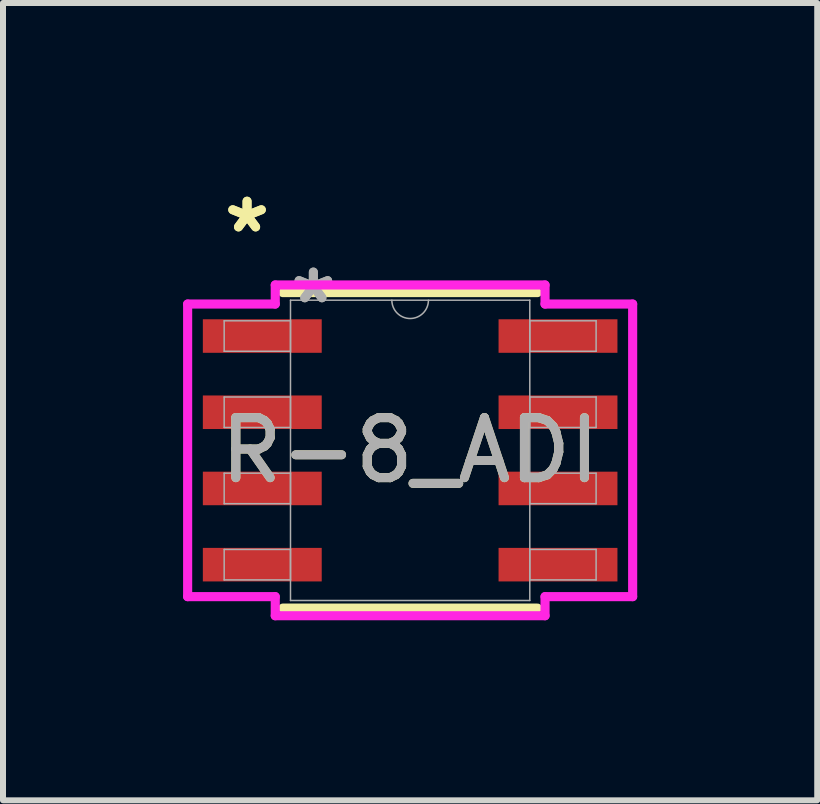
<source format=kicad_pcb>
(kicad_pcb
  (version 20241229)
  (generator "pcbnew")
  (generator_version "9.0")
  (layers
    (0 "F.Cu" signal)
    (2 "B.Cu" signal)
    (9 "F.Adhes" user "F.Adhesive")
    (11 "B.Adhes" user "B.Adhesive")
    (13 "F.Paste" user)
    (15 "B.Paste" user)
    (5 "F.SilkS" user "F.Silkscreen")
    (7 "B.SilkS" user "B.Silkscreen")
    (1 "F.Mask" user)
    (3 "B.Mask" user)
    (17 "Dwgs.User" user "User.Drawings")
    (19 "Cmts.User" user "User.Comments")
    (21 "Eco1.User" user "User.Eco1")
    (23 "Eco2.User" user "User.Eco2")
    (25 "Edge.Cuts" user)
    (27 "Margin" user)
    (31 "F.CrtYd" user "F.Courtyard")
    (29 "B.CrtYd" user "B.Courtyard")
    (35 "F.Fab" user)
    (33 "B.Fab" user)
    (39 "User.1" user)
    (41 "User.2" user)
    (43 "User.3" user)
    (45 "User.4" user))
  (footprint "R-8_ADI"
    (layer "F.Cu")
    (at 3.785 4.455)
    (property "Reference" "R-8_ADI" (at 0 0 0) (unlocked yes) (layer "F.SilkS") (effects (font (size 1 1) (thickness 0.15))))
    (attr smd)
    (fp_line (start -2.121 2.629) (end 2.121 2.629) (stroke (width 0.152) (type solid)) (layer "F.SilkS"))
    (fp_line (start 2.121 -2.629) (end -2.121 -2.629) (stroke (width 0.152) (type solid)) (layer "F.SilkS"))
    (fp_line (start -3.708 -2.438) (end -2.248 -2.438) (stroke (width 0.152) (type solid)) (layer "F.CrtYd"))
    (fp_line (start -3.708 2.438) (end -3.708 -2.438) (stroke (width 0.152) (type solid)) (layer "F.CrtYd"))
    (fp_line (start -3.708 2.438) (end -2.248 2.438) (stroke (width 0.152) (type solid)) (layer "F.CrtYd"))
    (fp_line (start -2.248 -2.756) (end 2.248 -2.756) (stroke (width 0.152) (type solid)) (layer "F.CrtYd"))
    (fp_line (start -2.248 -2.438) (end -2.248 -2.756) (stroke (width 0.152) (type solid)) (layer "F.CrtYd"))
    (fp_line (start -2.248 2.756) (end -2.248 2.438) (stroke (width 0.152) (type solid)) (layer "F.CrtYd"))
    (fp_line (start 2.248 -2.756) (end 2.248 -2.438) (stroke (width 0.152) (type solid)) (layer "F.CrtYd"))
    (fp_line (start 2.248 2.438) (end 2.248 2.756) (stroke (width 0.152) (type solid)) (layer "F.CrtYd"))
    (fp_line (start 2.248 2.756) (end -2.248 2.756) (stroke (width 0.152) (type solid)) (layer "F.CrtYd"))
    (fp_line (start 3.708 -2.438) (end 2.248 -2.438) (stroke (width 0.152) (type solid)) (layer "F.CrtYd"))
    (fp_line (start 3.708 -2.438) (end 3.708 2.438) (stroke (width 0.152) (type solid)) (layer "F.CrtYd"))
    (fp_line (start 3.708 2.438) (end 2.248 2.438) (stroke (width 0.152) (type solid)) (layer "F.CrtYd"))
    (fp_line (start -3.099 -2.159) (end -3.099 -1.651) (stroke (width 0.025) (type solid)) (layer "F.Fab"))
    (fp_line (start -3.099 -1.651) (end -1.994 -1.651) (stroke (width 0.025) (type solid)) (layer "F.Fab"))
    (fp_line (start -3.099 -0.889) (end -3.099 -0.381) (stroke (width 0.025) (type solid)) (layer "F.Fab"))
    (fp_line (start -3.099 -0.381) (end -1.994 -0.381) (stroke (width 0.025) (type solid)) (layer "F.Fab"))
    (fp_line (start -3.099 0.381) (end -3.099 0.889) (stroke (width 0.025) (type solid)) (layer "F.Fab"))
    (fp_line (start -3.099 0.889) (end -1.994 0.889) (stroke (width 0.025) (type solid)) (layer "F.Fab"))
    (fp_line (start -3.099 1.651) (end -3.099 2.159) (stroke (width 0.025) (type solid)) (layer "F.Fab"))
    (fp_line (start -3.099 2.159) (end -1.994 2.159) (stroke (width 0.025) (type solid)) (layer "F.Fab"))
    (fp_line (start -1.994 -2.502) (end -1.994 2.502) (stroke (width 0.025) (type solid)) (layer "F.Fab"))
    (fp_line (start -1.994 -2.159) (end -3.099 -2.159) (stroke (width 0.025) (type solid)) (layer "F.Fab"))
    (fp_line (start -1.994 -1.651) (end -1.994 -2.159) (stroke (width 0.025) (type solid)) (layer "F.Fab"))
    (fp_line (start -1.994 -0.889) (end -3.099 -0.889) (stroke (width 0.025) (type solid)) (layer "F.Fab"))
    (fp_line (start -1.994 -0.381) (end -1.994 -0.889) (stroke (width 0.025) (type solid)) (layer "F.Fab"))
    (fp_line (start -1.994 0.381) (end -3.099 0.381) (stroke (width 0.025) (type solid)) (layer "F.Fab"))
    (fp_line (start -1.994 0.889) (end -1.994 0.381) (stroke (width 0.025) (type solid)) (layer "F.Fab"))
    (fp_line (start -1.994 1.651) (end -3.099 1.651) (stroke (width 0.025) (type solid)) (layer "F.Fab"))
    (fp_line (start -1.994 2.159) (end -1.994 1.651) (stroke (width 0.025) (type solid)) (layer "F.Fab"))
    (fp_line (start -1.994 2.502) (end 1.994 2.502) (stroke (width 0.025) (type solid)) (layer "F.Fab"))
    (fp_line (start 1.994 -2.502) (end -1.994 -2.502) (stroke (width 0.025) (type solid)) (layer "F.Fab"))
    (fp_line (start 1.994 -2.159) (end 1.994 -1.651) (stroke (width 0.025) (type solid)) (layer "F.Fab"))
    (fp_line (start 1.994 -1.651) (end 3.099 -1.651) (stroke (width 0.025) (type solid)) (layer "F.Fab"))
    (fp_line (start 1.994 -0.889) (end 1.994 -0.381) (stroke (width 0.025) (type solid)) (layer "F.Fab"))
    (fp_line (start 1.994 -0.381) (end 3.099 -0.381) (stroke (width 0.025) (type solid)) (layer "F.Fab"))
    (fp_line (start 1.994 0.381) (end 1.994 0.889) (stroke (width 0.025) (type solid)) (layer "F.Fab"))
    (fp_line (start 1.994 0.889) (end 3.099 0.889) (stroke (width 0.025) (type solid)) (layer "F.Fab"))
    (fp_line (start 1.994 1.651) (end 1.994 2.159) (stroke (width 0.025) (type solid)) (layer "F.Fab"))
    (fp_line (start 1.994 2.159) (end 3.099 2.159) (stroke (width 0.025) (type solid)) (layer "F.Fab"))
    (fp_line (start 1.994 2.502) (end 1.994 -2.502) (stroke (width 0.025) (type solid)) (layer "F.Fab"))
    (fp_line (start 3.099 -2.159) (end 1.994 -2.159) (stroke (width 0.025) (type solid)) (layer "F.Fab"))
    (fp_line (start 3.099 -1.651) (end 3.099 -2.159) (stroke (width 0.025) (type solid)) (layer "F.Fab"))
    (fp_line (start 3.099 -0.889) (end 1.994 -0.889) (stroke (width 0.025) (type solid)) (layer "F.Fab"))
    (fp_line (start 3.099 -0.381) (end 3.099 -0.889) (stroke (width 0.025) (type solid)) (layer "F.Fab"))
    (fp_line (start 3.099 0.381) (end 1.994 0.381) (stroke (width 0.025) (type solid)) (layer "F.Fab"))
    (fp_line (start 3.099 0.889) (end 3.099 0.381) (stroke (width 0.025) (type solid)) (layer "F.Fab"))
    (fp_line (start 3.099 1.651) (end 1.994 1.651) (stroke (width 0.025) (type solid)) (layer "F.Fab"))
    (fp_line (start 3.099 2.159) (end 3.099 1.651) (stroke (width 0.025) (type solid)) (layer "F.Fab"))
    (fp_arc (start 0.3048 -2.5019) (mid 0 -2.1971) (end -0.3048 -2.5019) (stroke (width 0.0254) (type solid)) (layer "F.Fab"))
    (fp_text user "*" (at -2.718 -3.607 0) (unlocked yes) (layer "F.SilkS") (effects (font (size 1 1) (thickness 0.15))))
    (fp_text user "*" (at -2.718 -3.607 0) (layer "F.SilkS") (effects (font (size 1 1) (thickness 0.15))))
    (fp_text user "${REFERENCE}" (at 0 0 0) (unlocked yes) (layer "F.Fab") (effects (font (size 1 1) (thickness 0.15))))
    (fp_text user "*" (at -1.613 -2.426 0) (layer "F.Fab") (effects (font (size 1 1) (thickness 0.15))))
    (fp_text user "*" (at -1.613 -2.426 0) (unlocked yes) (layer "F.Fab") (effects (font (size 1 1) (thickness 0.15))))
    (pad "1" smd rect (at -2.464 -1.905) (size 1.981 0.559) (layers "F.Cu" "F.Mask" "F.Paste"))
    (pad "2" smd rect (at -2.464 -0.635) (size 1.981 0.559) (layers "F.Cu" "F.Mask" "F.Paste"))
    (pad "3" smd rect (at -2.464 0.635) (size 1.981 0.559) (layers "F.Cu" "F.Mask" "F.Paste"))
    (pad "4" smd rect (at -2.464 1.905) (size 1.981 0.559) (layers "F.Cu" "F.Mask" "F.Paste"))
    (pad "5" smd rect (at 2.464 1.905) (size 1.981 0.559) (layers "F.Cu" "F.Mask" "F.Paste"))
    (pad "6" smd rect (at 2.464 0.635) (size 1.981 0.559) (layers "F.Cu" "F.Mask" "F.Paste"))
    (pad "7" smd rect (at 2.464 -0.635) (size 1.981 0.559) (layers "F.Cu" "F.Mask" "F.Paste"))
    (pad "8" smd rect (at 2.464 -1.905) (size 1.981 0.559) (layers "F.Cu" "F.Mask" "F.Paste")))
  (gr_rect
    (start -3 -3)
    (end 10.569 10.287)
    (stroke (width 0.1) (type default))
    (fill no)
    (layer "Edge.Cuts")))
</source>
